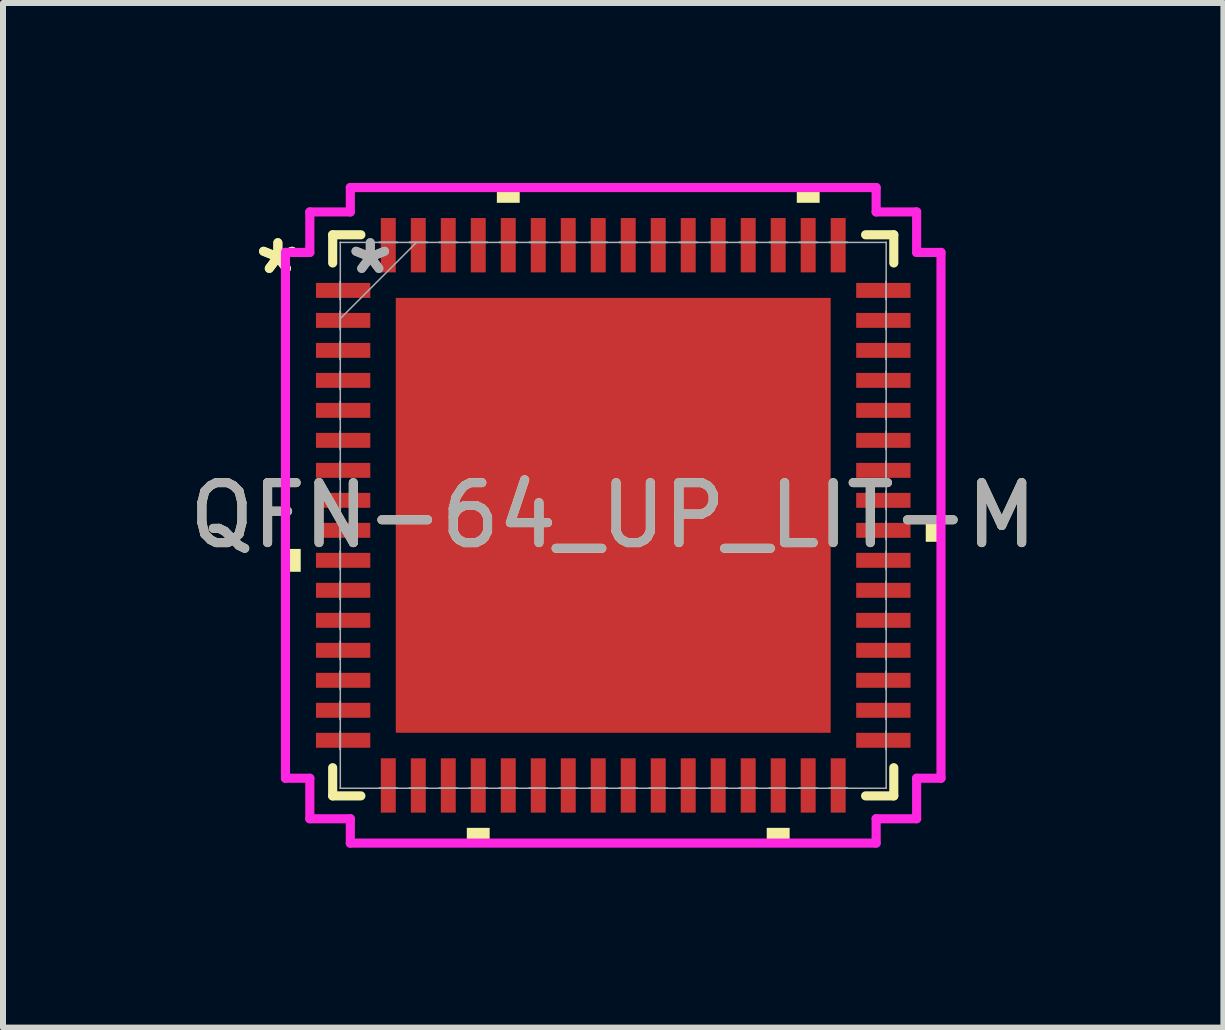
<source format=kicad_pcb>
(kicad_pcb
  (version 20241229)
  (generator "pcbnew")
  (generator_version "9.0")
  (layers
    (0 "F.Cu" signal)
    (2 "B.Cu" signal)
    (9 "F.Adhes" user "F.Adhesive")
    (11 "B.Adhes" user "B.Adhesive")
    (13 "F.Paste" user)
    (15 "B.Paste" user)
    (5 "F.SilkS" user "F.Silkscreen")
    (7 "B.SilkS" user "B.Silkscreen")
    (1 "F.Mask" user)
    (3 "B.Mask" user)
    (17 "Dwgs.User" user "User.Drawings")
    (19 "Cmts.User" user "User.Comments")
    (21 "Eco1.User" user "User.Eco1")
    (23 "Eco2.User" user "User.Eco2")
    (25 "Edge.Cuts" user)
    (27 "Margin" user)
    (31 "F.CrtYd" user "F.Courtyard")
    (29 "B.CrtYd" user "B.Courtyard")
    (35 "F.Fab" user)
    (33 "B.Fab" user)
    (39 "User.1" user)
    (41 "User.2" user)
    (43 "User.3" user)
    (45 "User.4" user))
  (footprint "QFN-64_UP_LIT-M"
    (layer "F.Cu")
    (at 7.173 5.541)
    (property "Reference" "QFN-64_UP_LIT-M" (at 0 0 0) (unlocked yes) (layer "F.SilkS") (effects (font (size 1 1) (thickness 0.15))))
    (attr smd)
    (fp_line (start -4.677 -4.677) (end -4.677 -4.207) (stroke (width 0.152) (type solid)) (layer "F.SilkS"))
    (fp_line (start -4.677 4.207) (end -4.677 4.677) (stroke (width 0.152) (type solid)) (layer "F.SilkS"))
    (fp_line (start -4.677 4.677) (end -4.207 4.677) (stroke (width 0.152) (type solid)) (layer "F.SilkS"))
    (fp_line (start -4.207 -4.677) (end -4.677 -4.677) (stroke (width 0.152) (type solid)) (layer "F.SilkS"))
    (fp_line (start 4.207 4.677) (end 4.677 4.677) (stroke (width 0.152) (type solid)) (layer "F.SilkS"))
    (fp_line (start 4.677 -4.677) (end 4.207 -4.677) (stroke (width 0.152) (type solid)) (layer "F.SilkS"))
    (fp_line (start 4.677 -4.207) (end 4.677 -4.677) (stroke (width 0.152) (type solid)) (layer "F.SilkS"))
    (fp_line (start 4.677 4.677) (end 4.677 4.207) (stroke (width 0.152) (type solid)) (layer "F.SilkS"))
    (fp_poly (pts (xy -5.464 0.56) (xy -5.464 0.941) (xy -5.21 0.941) (xy -5.21 0.56)) (stroke (width 0) (type solid)) (fill yes) (layer "F.SilkS"))
    (fp_poly (pts (xy -2.441 5.21) (xy -2.441 5.464) (xy -2.06 5.464) (xy -2.06 5.21)) (stroke (width 0) (type solid)) (fill yes) (layer "F.SilkS"))
    (fp_poly (pts (xy -1.94 -5.21) (xy -1.94 -5.464) (xy -1.559 -5.464) (xy -1.559 -5.21)) (stroke (width 0) (type solid)) (fill yes) (layer "F.SilkS"))
    (fp_poly (pts (xy 2.559 5.21) (xy 2.559 5.464) (xy 2.941 5.464) (xy 2.941 5.21)) (stroke (width 0) (type solid)) (fill yes) (layer "F.SilkS"))
    (fp_poly (pts (xy 3.06 -5.21) (xy 3.06 -5.464) (xy 3.441 -5.464) (xy 3.441 -5.21)) (stroke (width 0) (type solid)) (fill yes) (layer "F.SilkS"))
    (fp_poly (pts (xy 5.464 0.059) (xy 5.464 0.441) (xy 5.21 0.441) (xy 5.21 0.059)) (stroke (width 0) (type solid)) (fill yes) (layer "F.SilkS"))
    (fp_poly (pts (xy -3.525 -3.525) (xy -3.525 -2.275) (xy -2.275 -2.275) (xy -2.275 -3.525)) (stroke (width 0) (type solid)) (fill yes) (layer "F.Paste"))
    (fp_poly (pts (xy -3.525 -2.075) (xy -3.525 -0.825) (xy -2.275 -0.825) (xy -2.275 -2.075)) (stroke (width 0) (type solid)) (fill yes) (layer "F.Paste"))
    (fp_poly (pts (xy -3.525 -0.625) (xy -3.525 0.625) (xy -2.275 0.625) (xy -2.275 -0.625)) (stroke (width 0) (type solid)) (fill yes) (layer "F.Paste"))
    (fp_poly (pts (xy -3.525 0.825) (xy -3.525 2.075) (xy -2.275 2.075) (xy -2.275 0.825)) (stroke (width 0) (type solid)) (fill yes) (layer "F.Paste"))
    (fp_poly (pts (xy -3.525 2.275) (xy -3.525 3.525) (xy -2.275 3.525) (xy -2.275 2.275)) (stroke (width 0) (type solid)) (fill yes) (layer "F.Paste"))
    (fp_poly (pts (xy -2.075 -3.525) (xy -2.075 -2.275) (xy -0.825 -2.275) (xy -0.825 -3.525)) (stroke (width 0) (type solid)) (fill yes) (layer "F.Paste"))
    (fp_poly (pts (xy -2.075 -2.075) (xy -2.075 -0.825) (xy -0.825 -0.825) (xy -0.825 -2.075)) (stroke (width 0) (type solid)) (fill yes) (layer "F.Paste"))
    (fp_poly (pts (xy -2.075 -0.625) (xy -2.075 0.625) (xy -0.825 0.625) (xy -0.825 -0.625)) (stroke (width 0) (type solid)) (fill yes) (layer "F.Paste"))
    (fp_poly (pts (xy -2.075 0.825) (xy -2.075 2.075) (xy -0.825 2.075) (xy -0.825 0.825)) (stroke (width 0) (type solid)) (fill yes) (layer "F.Paste"))
    (fp_poly (pts (xy -2.075 2.275) (xy -2.075 3.525) (xy -0.825 3.525) (xy -0.825 2.275)) (stroke (width 0) (type solid)) (fill yes) (layer "F.Paste"))
    (fp_poly (pts (xy -0.625 -3.525) (xy -0.625 -2.275) (xy 0.625 -2.275) (xy 0.625 -3.525)) (stroke (width 0) (type solid)) (fill yes) (layer "F.Paste"))
    (fp_poly (pts (xy -0.625 -2.075) (xy -0.625 -0.825) (xy 0.625 -0.825) (xy 0.625 -2.075)) (stroke (width 0) (type solid)) (fill yes) (layer "F.Paste"))
    (fp_poly (pts (xy -0.625 -0.625) (xy -0.625 0.625) (xy 0.625 0.625) (xy 0.625 -0.625)) (stroke (width 0) (type solid)) (fill yes) (layer "F.Paste"))
    (fp_poly (pts (xy -0.625 0.825) (xy -0.625 2.075) (xy 0.625 2.075) (xy 0.625 0.825)) (stroke (width 0) (type solid)) (fill yes) (layer "F.Paste"))
    (fp_poly (pts (xy -0.625 2.275) (xy -0.625 3.525) (xy 0.625 3.525) (xy 0.625 2.275)) (stroke (width 0) (type solid)) (fill yes) (layer "F.Paste"))
    (fp_poly (pts (xy 0.825 -3.525) (xy 0.825 -2.275) (xy 2.075 -2.275) (xy 2.075 -3.525)) (stroke (width 0) (type solid)) (fill yes) (layer "F.Paste"))
    (fp_poly (pts (xy 0.825 -2.075) (xy 0.825 -0.825) (xy 2.075 -0.825) (xy 2.075 -2.075)) (stroke (width 0) (type solid)) (fill yes) (layer "F.Paste"))
    (fp_poly (pts (xy 0.825 -0.625) (xy 0.825 0.625) (xy 2.075 0.625) (xy 2.075 -0.625)) (stroke (width 0) (type solid)) (fill yes) (layer "F.Paste"))
    (fp_poly (pts (xy 0.825 0.825) (xy 0.825 2.075) (xy 2.075 2.075) (xy 2.075 0.825)) (stroke (width 0) (type solid)) (fill yes) (layer "F.Paste"))
    (fp_poly (pts (xy 0.825 2.275) (xy 0.825 3.525) (xy 2.075 3.525) (xy 2.075 2.275)) (stroke (width 0) (type solid)) (fill yes) (layer "F.Paste"))
    (fp_poly (pts (xy 2.275 -3.525) (xy 2.275 -2.275) (xy 3.525 -2.275) (xy 3.525 -3.525)) (stroke (width 0) (type solid)) (fill yes) (layer "F.Paste"))
    (fp_poly (pts (xy 2.275 -2.075) (xy 2.275 -0.825) (xy 3.525 -0.825) (xy 3.525 -2.075)) (stroke (width 0) (type solid)) (fill yes) (layer "F.Paste"))
    (fp_poly (pts (xy 2.275 -0.625) (xy 2.275 0.625) (xy 3.525 0.625) (xy 3.525 -0.625)) (stroke (width 0) (type solid)) (fill yes) (layer "F.Paste"))
    (fp_poly (pts (xy 2.275 0.825) (xy 2.275 2.075) (xy 3.525 2.075) (xy 3.525 0.825)) (stroke (width 0) (type solid)) (fill yes) (layer "F.Paste"))
    (fp_poly (pts (xy 2.275 2.275) (xy 2.275 3.525) (xy 3.525 3.525) (xy 3.525 2.275)) (stroke (width 0) (type solid)) (fill yes) (layer "F.Paste"))
    (fp_line (start -5.464 -4.383) (end -5.058 -4.383) (stroke (width 0.152) (type solid)) (layer "F.CrtYd"))
    (fp_line (start -5.464 4.383) (end -5.464 -4.383) (stroke (width 0.152) (type solid)) (layer "F.CrtYd"))
    (fp_line (start -5.058 -5.058) (end -4.383 -5.058) (stroke (width 0.152) (type solid)) (layer "F.CrtYd"))
    (fp_line (start -5.058 -4.383) (end -5.058 -5.058) (stroke (width 0.152) (type solid)) (layer "F.CrtYd"))
    (fp_line (start -5.058 4.383) (end -5.464 4.383) (stroke (width 0.152) (type solid)) (layer "F.CrtYd"))
    (fp_line (start -5.058 5.058) (end -5.058 4.383) (stroke (width 0.152) (type solid)) (layer "F.CrtYd"))
    (fp_line (start -4.383 -5.464) (end 4.383 -5.464) (stroke (width 0.152) (type solid)) (layer "F.CrtYd"))
    (fp_line (start -4.383 -5.058) (end -4.383 -5.464) (stroke (width 0.152) (type solid)) (layer "F.CrtYd"))
    (fp_line (start -4.383 5.058) (end -5.058 5.058) (stroke (width 0.152) (type solid)) (layer "F.CrtYd"))
    (fp_line (start -4.383 5.464) (end -4.383 5.058) (stroke (width 0.152) (type solid)) (layer "F.CrtYd"))
    (fp_line (start 4.383 -5.464) (end 4.383 -5.058) (stroke (width 0.152) (type solid)) (layer "F.CrtYd"))
    (fp_line (start 4.383 -5.058) (end 5.058 -5.058) (stroke (width 0.152) (type solid)) (layer "F.CrtYd"))
    (fp_line (start 4.383 5.058) (end 4.383 5.464) (stroke (width 0.152) (type solid)) (layer "F.CrtYd"))
    (fp_line (start 4.383 5.464) (end -4.383 5.464) (stroke (width 0.152) (type solid)) (layer "F.CrtYd"))
    (fp_line (start 5.058 -5.058) (end 5.058 -4.383) (stroke (width 0.152) (type solid)) (layer "F.CrtYd"))
    (fp_line (start 5.058 -4.383) (end 5.464 -4.383) (stroke (width 0.152) (type solid)) (layer "F.CrtYd"))
    (fp_line (start 5.058 4.383) (end 5.058 5.058) (stroke (width 0.152) (type solid)) (layer "F.CrtYd"))
    (fp_line (start 5.058 5.058) (end 4.383 5.058) (stroke (width 0.152) (type solid)) (layer "F.CrtYd"))
    (fp_line (start 5.464 -4.383) (end 5.464 4.383) (stroke (width 0.152) (type solid)) (layer "F.CrtYd"))
    (fp_line (start 5.464 4.383) (end 5.058 4.383) (stroke (width 0.152) (type solid)) (layer "F.CrtYd"))
    (fp_line (start -4.55 -4.55) (end -4.55 -4.55) (stroke (width 0.025) (type solid)) (layer "F.Fab"))
    (fp_line (start -4.55 -4.55) (end -4.55 4.55) (stroke (width 0.025) (type solid)) (layer "F.Fab"))
    (fp_line (start -4.55 -3.9) (end -4.55 -3.9) (stroke (width 0.025) (type solid)) (layer "F.Fab"))
    (fp_line (start -4.55 -3.9) (end -4.55 -3.6) (stroke (width 0.025) (type solid)) (layer "F.Fab"))
    (fp_line (start -4.55 -3.6) (end -4.55 -3.9) (stroke (width 0.025) (type solid)) (layer "F.Fab"))
    (fp_line (start -4.55 -3.6) (end -4.55 -3.6) (stroke (width 0.025) (type solid)) (layer "F.Fab"))
    (fp_line (start -4.55 -3.4) (end -4.55 -3.4) (stroke (width 0.025) (type solid)) (layer "F.Fab"))
    (fp_line (start -4.55 -3.4) (end -4.55 -3.1) (stroke (width 0.025) (type solid)) (layer "F.Fab"))
    (fp_line (start -4.55 -3.28) (end -3.28 -4.55) (stroke (width 0.025) (type solid)) (layer "F.Fab"))
    (fp_line (start -4.55 -3.1) (end -4.55 -3.4) (stroke (width 0.025) (type solid)) (layer "F.Fab"))
    (fp_line (start -4.55 -3.1) (end -4.55 -3.1) (stroke (width 0.025) (type solid)) (layer "F.Fab"))
    (fp_line (start -4.55 -2.9) (end -4.55 -2.9) (stroke (width 0.025) (type solid)) (layer "F.Fab"))
    (fp_line (start -4.55 -2.9) (end -4.55 -2.6) (stroke (width 0.025) (type solid)) (layer "F.Fab"))
    (fp_line (start -4.55 -2.6) (end -4.55 -2.9) (stroke (width 0.025) (type solid)) (layer "F.Fab"))
    (fp_line (start -4.55 -2.6) (end -4.55 -2.6) (stroke (width 0.025) (type solid)) (layer "F.Fab"))
    (fp_line (start -4.55 -2.4) (end -4.55 -2.4) (stroke (width 0.025) (type solid)) (layer "F.Fab"))
    (fp_line (start -4.55 -2.4) (end -4.55 -2.1) (stroke (width 0.025) (type solid)) (layer "F.Fab"))
    (fp_line (start -4.55 -2.1) (end -4.55 -2.4) (stroke (width 0.025) (type solid)) (layer "F.Fab"))
    (fp_line (start -4.55 -2.1) (end -4.55 -2.1) (stroke (width 0.025) (type solid)) (layer "F.Fab"))
    (fp_line (start -4.55 -1.9) (end -4.55 -1.9) (stroke (width 0.025) (type solid)) (layer "F.Fab"))
    (fp_line (start -4.55 -1.9) (end -4.55 -1.6) (stroke (width 0.025) (type solid)) (layer "F.Fab"))
    (fp_line (start -4.55 -1.6) (end -4.55 -1.9) (stroke (width 0.025) (type solid)) (layer "F.Fab"))
    (fp_line (start -4.55 -1.6) (end -4.55 -1.6) (stroke (width 0.025) (type solid)) (layer "F.Fab"))
    (fp_line (start -4.55 -1.4) (end -4.55 -1.4) (stroke (width 0.025) (type solid)) (layer "F.Fab"))
    (fp_line (start -4.55 -1.4) (end -4.55 -1.1) (stroke (width 0.025) (type solid)) (layer "F.Fab"))
    (fp_line (start -4.55 -1.1) (end -4.55 -1.4) (stroke (width 0.025) (type solid)) (layer "F.Fab"))
    (fp_line (start -4.55 -1.1) (end -4.55 -1.1) (stroke (width 0.025) (type solid)) (layer "F.Fab"))
    (fp_line (start -4.55 -0.9) (end -4.55 -0.9) (stroke (width 0.025) (type solid)) (layer "F.Fab"))
    (fp_line (start -4.55 -0.9) (end -4.55 -0.6) (stroke (width 0.025) (type solid)) (layer "F.Fab"))
    (fp_line (start -4.55 -0.6) (end -4.55 -0.9) (stroke (width 0.025) (type solid)) (layer "F.Fab"))
    (fp_line (start -4.55 -0.6) (end -4.55 -0.6) (stroke (width 0.025) (type solid)) (layer "F.Fab"))
    (fp_line (start -4.55 -0.4) (end -4.55 -0.4) (stroke (width 0.025) (type solid)) (layer "F.Fab"))
    (fp_line (start -4.55 -0.4) (end -4.55 -0.1) (stroke (width 0.025) (type solid)) (layer "F.Fab"))
    (fp_line (start -4.55 -0.1) (end -4.55 -0.4) (stroke (width 0.025) (type solid)) (layer "F.Fab"))
    (fp_line (start -4.55 -0.1) (end -4.55 -0.1) (stroke (width 0.025) (type solid)) (layer "F.Fab"))
    (fp_line (start -4.55 0.1) (end -4.55 0.1) (stroke (width 0.025) (type solid)) (layer "F.Fab"))
    (fp_line (start -4.55 0.1) (end -4.55 0.4) (stroke (width 0.025) (type solid)) (layer "F.Fab"))
    (fp_line (start -4.55 0.4) (end -4.55 0.1) (stroke (width 0.025) (type solid)) (layer "F.Fab"))
    (fp_line (start -4.55 0.4) (end -4.55 0.4) (stroke (width 0.025) (type solid)) (layer "F.Fab"))
    (fp_line (start -4.55 0.6) (end -4.55 0.6) (stroke (width 0.025) (type solid)) (layer "F.Fab"))
    (fp_line (start -4.55 0.6) (end -4.55 0.9) (stroke (width 0.025) (type solid)) (layer "F.Fab"))
    (fp_line (start -4.55 0.9) (end -4.55 0.6) (stroke (width 0.025) (type solid)) (layer "F.Fab"))
    (fp_line (start -4.55 0.9) (end -4.55 0.9) (stroke (width 0.025) (type solid)) (layer "F.Fab"))
    (fp_line (start -4.55 1.1) (end -4.55 1.1) (stroke (width 0.025) (type solid)) (layer "F.Fab"))
    (fp_line (start -4.55 1.1) (end -4.55 1.4) (stroke (width 0.025) (type solid)) (layer "F.Fab"))
    (fp_line (start -4.55 1.4) (end -4.55 1.1) (stroke (width 0.025) (type solid)) (layer "F.Fab"))
    (fp_line (start -4.55 1.4) (end -4.55 1.4) (stroke (width 0.025) (type solid)) (layer "F.Fab"))
    (fp_line (start -4.55 1.6) (end -4.55 1.6) (stroke (width 0.025) (type solid)) (layer "F.Fab"))
    (fp_line (start -4.55 1.6) (end -4.55 1.9) (stroke (width 0.025) (type solid)) (layer "F.Fab"))
    (fp_line (start -4.55 1.9) (end -4.55 1.6) (stroke (width 0.025) (type solid)) (layer "F.Fab"))
    (fp_line (start -4.55 1.9) (end -4.55 1.9) (stroke (width 0.025) (type solid)) (layer "F.Fab"))
    (fp_line (start -4.55 2.1) (end -4.55 2.1) (stroke (width 0.025) (type solid)) (layer "F.Fab"))
    (fp_line (start -4.55 2.1) (end -4.55 2.4) (stroke (width 0.025) (type solid)) (layer "F.Fab"))
    (fp_line (start -4.55 2.4) (end -4.55 2.1) (stroke (width 0.025) (type solid)) (layer "F.Fab"))
    (fp_line (start -4.55 2.4) (end -4.55 2.4) (stroke (width 0.025) (type solid)) (layer "F.Fab"))
    (fp_line (start -4.55 2.6) (end -4.55 2.6) (stroke (width 0.025) (type solid)) (layer "F.Fab"))
    (fp_line (start -4.55 2.6) (end -4.55 2.9) (stroke (width 0.025) (type solid)) (layer "F.Fab"))
    (fp_line (start -4.55 2.9) (end -4.55 2.6) (stroke (width 0.025) (type solid)) (layer "F.Fab"))
    (fp_line (start -4.55 2.9) (end -4.55 2.9) (stroke (width 0.025) (type solid)) (layer "F.Fab"))
    (fp_line (start -4.55 3.1) (end -4.55 3.1) (stroke (width 0.025) (type solid)) (layer "F.Fab"))
    (fp_line (start -4.55 3.1) (end -4.55 3.4) (stroke (width 0.025) (type solid)) (layer "F.Fab"))
    (fp_line (start -4.55 3.4) (end -4.55 3.1) (stroke (width 0.025) (type solid)) (layer "F.Fab"))
    (fp_line (start -4.55 3.4) (end -4.55 3.4) (stroke (width 0.025) (type solid)) (layer "F.Fab"))
    (fp_line (start -4.55 3.6) (end -4.55 3.6) (stroke (width 0.025) (type solid)) (layer "F.Fab"))
    (fp_line (start -4.55 3.6) (end -4.55 3.9) (stroke (width 0.025) (type solid)) (layer "F.Fab"))
    (fp_line (start -4.55 3.9) (end -4.55 3.6) (stroke (width 0.025) (type solid)) (layer "F.Fab"))
    (fp_line (start -4.55 3.9) (end -4.55 3.9) (stroke (width 0.025) (type solid)) (layer "F.Fab"))
    (fp_line (start -4.55 4.55) (end -4.55 4.55) (stroke (width 0.025) (type solid)) (layer "F.Fab"))
    (fp_line (start -4.55 4.55) (end 4.55 4.55) (stroke (width 0.025) (type solid)) (layer "F.Fab"))
    (fp_line (start -3.9 -4.55) (end -3.9 -4.55) (stroke (width 0.025) (type solid)) (layer "F.Fab"))
    (fp_line (start -3.9 -4.55) (end -3.6 -4.55) (stroke (width 0.025) (type solid)) (layer "F.Fab"))
    (fp_line (start -3.9 4.55) (end -3.9 4.55) (stroke (width 0.025) (type solid)) (layer "F.Fab"))
    (fp_line (start -3.9 4.55) (end -3.6 4.55) (stroke (width 0.025) (type solid)) (layer "F.Fab"))
    (fp_line (start -3.6 -4.55) (end -3.9 -4.55) (stroke (width 0.025) (type solid)) (layer "F.Fab"))
    (fp_line (start -3.6 -4.55) (end -3.6 -4.55) (stroke (width 0.025) (type solid)) (layer "F.Fab"))
    (fp_line (start -3.6 4.55) (end -3.9 4.55) (stroke (width 0.025) (type solid)) (layer "F.Fab"))
    (fp_line (start -3.6 4.55) (end -3.6 4.55) (stroke (width 0.025) (type solid)) (layer "F.Fab"))
    (fp_line (start -3.4 -4.55) (end -3.4 -4.55) (stroke (width 0.025) (type solid)) (layer "F.Fab"))
    (fp_line (start -3.4 -4.55) (end -3.1 -4.55) (stroke (width 0.025) (type solid)) (layer "F.Fab"))
    (fp_line (start -3.4 4.55) (end -3.4 4.55) (stroke (width 0.025) (type solid)) (layer "F.Fab"))
    (fp_line (start -3.4 4.55) (end -3.1 4.55) (stroke (width 0.025) (type solid)) (layer "F.Fab"))
    (fp_line (start -3.1 -4.55) (end -3.4 -4.55) (stroke (width 0.025) (type solid)) (layer "F.Fab"))
    (fp_line (start -3.1 -4.55) (end -3.1 -4.55) (stroke (width 0.025) (type solid)) (layer "F.Fab"))
    (fp_line (start -3.1 4.55) (end -3.4 4.55) (stroke (width 0.025) (type solid)) (layer "F.Fab"))
    (fp_line (start -3.1 4.55) (end -3.1 4.55) (stroke (width 0.025) (type solid)) (layer "F.Fab"))
    (fp_line (start -2.9 -4.55) (end -2.9 -4.55) (stroke (width 0.025) (type solid)) (layer "F.Fab"))
    (fp_line (start -2.9 -4.55) (end -2.6 -4.55) (stroke (width 0.025) (type solid)) (layer "F.Fab"))
    (fp_line (start -2.9 4.55) (end -2.9 4.55) (stroke (width 0.025) (type solid)) (layer "F.Fab"))
    (fp_line (start -2.9 4.55) (end -2.6 4.55) (stroke (width 0.025) (type solid)) (layer "F.Fab"))
    (fp_line (start -2.6 -4.55) (end -2.9 -4.55) (stroke (width 0.025) (type solid)) (layer "F.Fab"))
    (fp_line (start -2.6 -4.55) (end -2.6 -4.55) (stroke (width 0.025) (type solid)) (layer "F.Fab"))
    (fp_line (start -2.6 4.55) (end -2.9 4.55) (stroke (width 0.025) (type solid)) (layer "F.Fab"))
    (fp_line (start -2.6 4.55) (end -2.6 4.55) (stroke (width 0.025) (type solid)) (layer "F.Fab"))
    (fp_line (start -2.4 -4.55) (end -2.4 -4.55) (stroke (width 0.025) (type solid)) (layer "F.Fab"))
    (fp_line (start -2.4 -4.55) (end -2.1 -4.55) (stroke (width 0.025) (type solid)) (layer "F.Fab"))
    (fp_line (start -2.4 4.55) (end -2.4 4.55) (stroke (width 0.025) (type solid)) (layer "F.Fab"))
    (fp_line (start -2.4 4.55) (end -2.1 4.55) (stroke (width 0.025) (type solid)) (layer "F.Fab"))
    (fp_line (start -2.1 -4.55) (end -2.4 -4.55) (stroke (width 0.025) (type solid)) (layer "F.Fab"))
    (fp_line (start -2.1 -4.55) (end -2.1 -4.55) (stroke (width 0.025) (type solid)) (layer "F.Fab"))
    (fp_line (start -2.1 4.55) (end -2.4 4.55) (stroke (width 0.025) (type solid)) (layer "F.Fab"))
    (fp_line (start -2.1 4.55) (end -2.1 4.55) (stroke (width 0.025) (type solid)) (layer "F.Fab"))
    (fp_line (start -1.9 -4.55) (end -1.9 -4.55) (stroke (width 0.025) (type solid)) (layer "F.Fab"))
    (fp_line (start -1.9 -4.55) (end -1.6 -4.55) (stroke (width 0.025) (type solid)) (layer "F.Fab"))
    (fp_line (start -1.9 4.55) (end -1.9 4.55) (stroke (width 0.025) (type solid)) (layer "F.Fab"))
    (fp_line (start -1.9 4.55) (end -1.6 4.55) (stroke (width 0.025) (type solid)) (layer "F.Fab"))
    (fp_line (start -1.6 -4.55) (end -1.9 -4.55) (stroke (width 0.025) (type solid)) (layer "F.Fab"))
    (fp_line (start -1.6 -4.55) (end -1.6 -4.55) (stroke (width 0.025) (type solid)) (layer "F.Fab"))
    (fp_line (start -1.6 4.55) (end -1.9 4.55) (stroke (width 0.025) (type solid)) (layer "F.Fab"))
    (fp_line (start -1.6 4.55) (end -1.6 4.55) (stroke (width 0.025) (type solid)) (layer "F.Fab"))
    (fp_line (start -1.4 -4.55) (end -1.4 -4.55) (stroke (width 0.025) (type solid)) (layer "F.Fab"))
    (fp_line (start -1.4 -4.55) (end -1.1 -4.55) (stroke (width 0.025) (type solid)) (layer "F.Fab"))
    (fp_line (start -1.4 4.55) (end -1.4 4.55) (stroke (width 0.025) (type solid)) (layer "F.Fab"))
    (fp_line (start -1.4 4.55) (end -1.1 4.55) (stroke (width 0.025) (type solid)) (layer "F.Fab"))
    (fp_line (start -1.1 -4.55) (end -1.4 -4.55) (stroke (width 0.025) (type solid)) (layer "F.Fab"))
    (fp_line (start -1.1 -4.55) (end -1.1 -4.55) (stroke (width 0.025) (type solid)) (layer "F.Fab"))
    (fp_line (start -1.1 4.55) (end -1.4 4.55) (stroke (width 0.025) (type solid)) (layer "F.Fab"))
    (fp_line (start -1.1 4.55) (end -1.1 4.55) (stroke (width 0.025) (type solid)) (layer "F.Fab"))
    (fp_line (start -0.9 -4.55) (end -0.9 -4.55) (stroke (width 0.025) (type solid)) (layer "F.Fab"))
    (fp_line (start -0.9 -4.55) (end -0.6 -4.55) (stroke (width 0.025) (type solid)) (layer "F.Fab"))
    (fp_line (start -0.9 4.55) (end -0.9 4.55) (stroke (width 0.025) (type solid)) (layer "F.Fab"))
    (fp_line (start -0.9 4.55) (end -0.6 4.55) (stroke (width 0.025) (type solid)) (layer "F.Fab"))
    (fp_line (start -0.6 -4.55) (end -0.9 -4.55) (stroke (width 0.025) (type solid)) (layer "F.Fab"))
    (fp_line (start -0.6 -4.55) (end -0.6 -4.55) (stroke (width 0.025) (type solid)) (layer "F.Fab"))
    (fp_line (start -0.6 4.55) (end -0.9 4.55) (stroke (width 0.025) (type solid)) (layer "F.Fab"))
    (fp_line (start -0.6 4.55) (end -0.6 4.55) (stroke (width 0.025) (type solid)) (layer "F.Fab"))
    (fp_line (start -0.4 -4.55) (end -0.4 -4.55) (stroke (width 0.025) (type solid)) (layer "F.Fab"))
    (fp_line (start -0.4 -4.55) (end -0.1 -4.55) (stroke (width 0.025) (type solid)) (layer "F.Fab"))
    (fp_line (start -0.4 4.55) (end -0.4 4.55) (stroke (width 0.025) (type solid)) (layer "F.Fab"))
    (fp_line (start -0.4 4.55) (end -0.1 4.55) (stroke (width 0.025) (type solid)) (layer "F.Fab"))
    (fp_line (start -0.1 -4.55) (end -0.4 -4.55) (stroke (width 0.025) (type solid)) (layer "F.Fab"))
    (fp_line (start -0.1 -4.55) (end -0.1 -4.55) (stroke (width 0.025) (type solid)) (layer "F.Fab"))
    (fp_line (start -0.1 4.55) (end -0.4 4.55) (stroke (width 0.025) (type solid)) (layer "F.Fab"))
    (fp_line (start -0.1 4.55) (end -0.1 4.55) (stroke (width 0.025) (type solid)) (layer "F.Fab"))
    (fp_line (start 0.1 -4.55) (end 0.1 -4.55) (stroke (width 0.025) (type solid)) (layer "F.Fab"))
    (fp_line (start 0.1 -4.55) (end 0.4 -4.55) (stroke (width 0.025) (type solid)) (layer "F.Fab"))
    (fp_line (start 0.1 4.55) (end 0.1 4.55) (stroke (width 0.025) (type solid)) (layer "F.Fab"))
    (fp_line (start 0.1 4.55) (end 0.4 4.55) (stroke (width 0.025) (type solid)) (layer "F.Fab"))
    (fp_line (start 0.4 -4.55) (end 0.1 -4.55) (stroke (width 0.025) (type solid)) (layer "F.Fab"))
    (fp_line (start 0.4 -4.55) (end 0.4 -4.55) (stroke (width 0.025) (type solid)) (layer "F.Fab"))
    (fp_line (start 0.4 4.55) (end 0.1 4.55) (stroke (width 0.025) (type solid)) (layer "F.Fab"))
    (fp_line (start 0.4 4.55) (end 0.4 4.55) (stroke (width 0.025) (type solid)) (layer "F.Fab"))
    (fp_line (start 0.6 -4.55) (end 0.6 -4.55) (stroke (width 0.025) (type solid)) (layer "F.Fab"))
    (fp_line (start 0.6 -4.55) (end 0.9 -4.55) (stroke (width 0.025) (type solid)) (layer "F.Fab"))
    (fp_line (start 0.6 4.55) (end 0.6 4.55) (stroke (width 0.025) (type solid)) (layer "F.Fab"))
    (fp_line (start 0.6 4.55) (end 0.9 4.55) (stroke (width 0.025) (type solid)) (layer "F.Fab"))
    (fp_line (start 0.9 -4.55) (end 0.6 -4.55) (stroke (width 0.025) (type solid)) (layer "F.Fab"))
    (fp_line (start 0.9 -4.55) (end 0.9 -4.55) (stroke (width 0.025) (type solid)) (layer "F.Fab"))
    (fp_line (start 0.9 4.55) (end 0.6 4.55) (stroke (width 0.025) (type solid)) (layer "F.Fab"))
    (fp_line (start 0.9 4.55) (end 0.9 4.55) (stroke (width 0.025) (type solid)) (layer "F.Fab"))
    (fp_line (start 1.1 -4.55) (end 1.1 -4.55) (stroke (width 0.025) (type solid)) (layer "F.Fab"))
    (fp_line (start 1.1 -4.55) (end 1.4 -4.55) (stroke (width 0.025) (type solid)) (layer "F.Fab"))
    (fp_line (start 1.1 4.55) (end 1.1 4.55) (stroke (width 0.025) (type solid)) (layer "F.Fab"))
    (fp_line (start 1.1 4.55) (end 1.4 4.55) (stroke (width 0.025) (type solid)) (layer "F.Fab"))
    (fp_line (start 1.4 -4.55) (end 1.1 -4.55) (stroke (width 0.025) (type solid)) (layer "F.Fab"))
    (fp_line (start 1.4 -4.55) (end 1.4 -4.55) (stroke (width 0.025) (type solid)) (layer "F.Fab"))
    (fp_line (start 1.4 4.55) (end 1.1 4.55) (stroke (width 0.025) (type solid)) (layer "F.Fab"))
    (fp_line (start 1.4 4.55) (end 1.4 4.55) (stroke (width 0.025) (type solid)) (layer "F.Fab"))
    (fp_line (start 1.6 -4.55) (end 1.6 -4.55) (stroke (width 0.025) (type solid)) (layer "F.Fab"))
    (fp_line (start 1.6 -4.55) (end 1.9 -4.55) (stroke (width 0.025) (type solid)) (layer "F.Fab"))
    (fp_line (start 1.6 4.55) (end 1.6 4.55) (stroke (width 0.025) (type solid)) (layer "F.Fab"))
    (fp_line (start 1.6 4.55) (end 1.9 4.55) (stroke (width 0.025) (type solid)) (layer "F.Fab"))
    (fp_line (start 1.9 -4.55) (end 1.6 -4.55) (stroke (width 0.025) (type solid)) (layer "F.Fab"))
    (fp_line (start 1.9 -4.55) (end 1.9 -4.55) (stroke (width 0.025) (type solid)) (layer "F.Fab"))
    (fp_line (start 1.9 4.55) (end 1.6 4.55) (stroke (width 0.025) (type solid)) (layer "F.Fab"))
    (fp_line (start 1.9 4.55) (end 1.9 4.55) (stroke (width 0.025) (type solid)) (layer "F.Fab"))
    (fp_line (start 2.1 -4.55) (end 2.1 -4.55) (stroke (width 0.025) (type solid)) (layer "F.Fab"))
    (fp_line (start 2.1 -4.55) (end 2.4 -4.55) (stroke (width 0.025) (type solid)) (layer "F.Fab"))
    (fp_line (start 2.1 4.55) (end 2.1 4.55) (stroke (width 0.025) (type solid)) (layer "F.Fab"))
    (fp_line (start 2.1 4.55) (end 2.4 4.55) (stroke (width 0.025) (type solid)) (layer "F.Fab"))
    (fp_line (start 2.4 -4.55) (end 2.1 -4.55) (stroke (width 0.025) (type solid)) (layer "F.Fab"))
    (fp_line (start 2.4 -4.55) (end 2.4 -4.55) (stroke (width 0.025) (type solid)) (layer "F.Fab"))
    (fp_line (start 2.4 4.55) (end 2.1 4.55) (stroke (width 0.025) (type solid)) (layer "F.Fab"))
    (fp_line (start 2.4 4.55) (end 2.4 4.55) (stroke (width 0.025) (type solid)) (layer "F.Fab"))
    (fp_line (start 2.6 -4.55) (end 2.6 -4.55) (stroke (width 0.025) (type solid)) (layer "F.Fab"))
    (fp_line (start 2.6 -4.55) (end 2.9 -4.55) (stroke (width 0.025) (type solid)) (layer "F.Fab"))
    (fp_line (start 2.6 4.55) (end 2.6 4.55) (stroke (width 0.025) (type solid)) (layer "F.Fab"))
    (fp_line (start 2.6 4.55) (end 2.9 4.55) (stroke (width 0.025) (type solid)) (layer "F.Fab"))
    (fp_line (start 2.9 -4.55) (end 2.6 -4.55) (stroke (width 0.025) (type solid)) (layer "F.Fab"))
    (fp_line (start 2.9 -4.55) (end 2.9 -4.55) (stroke (width 0.025) (type solid)) (layer "F.Fab"))
    (fp_line (start 2.9 4.55) (end 2.6 4.55) (stroke (width 0.025) (type solid)) (layer "F.Fab"))
    (fp_line (start 2.9 4.55) (end 2.9 4.55) (stroke (width 0.025) (type solid)) (layer "F.Fab"))
    (fp_line (start 3.1 -4.55) (end 3.1 -4.55) (stroke (width 0.025) (type solid)) (layer "F.Fab"))
    (fp_line (start 3.1 -4.55) (end 3.4 -4.55) (stroke (width 0.025) (type solid)) (layer "F.Fab"))
    (fp_line (start 3.1 4.55) (end 3.1 4.55) (stroke (width 0.025) (type solid)) (layer "F.Fab"))
    (fp_line (start 3.1 4.55) (end 3.4 4.55) (stroke (width 0.025) (type solid)) (layer "F.Fab"))
    (fp_line (start 3.4 -4.55) (end 3.1 -4.55) (stroke (width 0.025) (type solid)) (layer "F.Fab"))
    (fp_line (start 3.4 -4.55) (end 3.4 -4.55) (stroke (width 0.025) (type solid)) (layer "F.Fab"))
    (fp_line (start 3.4 4.55) (end 3.1 4.55) (stroke (width 0.025) (type solid)) (layer "F.Fab"))
    (fp_line (start 3.4 4.55) (end 3.4 4.55) (stroke (width 0.025) (type solid)) (layer "F.Fab"))
    (fp_line (start 3.6 -4.55) (end 3.6 -4.55) (stroke (width 0.025) (type solid)) (layer "F.Fab"))
    (fp_line (start 3.6 -4.55) (end 3.9 -4.55) (stroke (width 0.025) (type solid)) (layer "F.Fab"))
    (fp_line (start 3.6 4.55) (end 3.6 4.55) (stroke (width 0.025) (type solid)) (layer "F.Fab"))
    (fp_line (start 3.6 4.55) (end 3.9 4.55) (stroke (width 0.025) (type solid)) (layer "F.Fab"))
    (fp_line (start 3.9 -4.55) (end 3.6 -4.55) (stroke (width 0.025) (type solid)) (layer "F.Fab"))
    (fp_line (start 3.9 -4.55) (end 3.9 -4.55) (stroke (width 0.025) (type solid)) (layer "F.Fab"))
    (fp_line (start 3.9 4.55) (end 3.6 4.55) (stroke (width 0.025) (type solid)) (layer "F.Fab"))
    (fp_line (start 3.9 4.55) (end 3.9 4.55) (stroke (width 0.025) (type solid)) (layer "F.Fab"))
    (fp_line (start 4.55 -4.55) (end -4.55 -4.55) (stroke (width 0.025) (type solid)) (layer "F.Fab"))
    (fp_line (start 4.55 -4.55) (end 4.55 -4.55) (stroke (width 0.025) (type solid)) (layer "F.Fab"))
    (fp_line (start 4.55 -3.9) (end 4.55 -3.9) (stroke (width 0.025) (type solid)) (layer "F.Fab"))
    (fp_line (start 4.55 -3.9) (end 4.55 -3.6) (stroke (width 0.025) (type solid)) (layer "F.Fab"))
    (fp_line (start 4.55 -3.6) (end 4.55 -3.9) (stroke (width 0.025) (type solid)) (layer "F.Fab"))
    (fp_line (start 4.55 -3.6) (end 4.55 -3.6) (stroke (width 0.025) (type solid)) (layer "F.Fab"))
    (fp_line (start 4.55 -3.4) (end 4.55 -3.4) (stroke (width 0.025) (type solid)) (layer "F.Fab"))
    (fp_line (start 4.55 -3.4) (end 4.55 -3.1) (stroke (width 0.025) (type solid)) (layer "F.Fab"))
    (fp_line (start 4.55 -3.1) (end 4.55 -3.4) (stroke (width 0.025) (type solid)) (layer "F.Fab"))
    (fp_line (start 4.55 -3.1) (end 4.55 -3.1) (stroke (width 0.025) (type solid)) (layer "F.Fab"))
    (fp_line (start 4.55 -2.9) (end 4.55 -2.9) (stroke (width 0.025) (type solid)) (layer "F.Fab"))
    (fp_line (start 4.55 -2.9) (end 4.55 -2.6) (stroke (width 0.025) (type solid)) (layer "F.Fab"))
    (fp_line (start 4.55 -2.6) (end 4.55 -2.9) (stroke (width 0.025) (type solid)) (layer "F.Fab"))
    (fp_line (start 4.55 -2.6) (end 4.55 -2.6) (stroke (width 0.025) (type solid)) (layer "F.Fab"))
    (fp_line (start 4.55 -2.4) (end 4.55 -2.4) (stroke (width 0.025) (type solid)) (layer "F.Fab"))
    (fp_line (start 4.55 -2.4) (end 4.55 -2.1) (stroke (width 0.025) (type solid)) (layer "F.Fab"))
    (fp_line (start 4.55 -2.1) (end 4.55 -2.4) (stroke (width 0.025) (type solid)) (layer "F.Fab"))
    (fp_line (start 4.55 -2.1) (end 4.55 -2.1) (stroke (width 0.025) (type solid)) (layer "F.Fab"))
    (fp_line (start 4.55 -1.9) (end 4.55 -1.9) (stroke (width 0.025) (type solid)) (layer "F.Fab"))
    (fp_line (start 4.55 -1.9) (end 4.55 -1.6) (stroke (width 0.025) (type solid)) (layer "F.Fab"))
    (fp_line (start 4.55 -1.6) (end 4.55 -1.9) (stroke (width 0.025) (type solid)) (layer "F.Fab"))
    (fp_line (start 4.55 -1.6) (end 4.55 -1.6) (stroke (width 0.025) (type solid)) (layer "F.Fab"))
    (fp_line (start 4.55 -1.4) (end 4.55 -1.4) (stroke (width 0.025) (type solid)) (layer "F.Fab"))
    (fp_line (start 4.55 -1.4) (end 4.55 -1.1) (stroke (width 0.025) (type solid)) (layer "F.Fab"))
    (fp_line (start 4.55 -1.1) (end 4.55 -1.4) (stroke (width 0.025) (type solid)) (layer "F.Fab"))
    (fp_line (start 4.55 -1.1) (end 4.55 -1.1) (stroke (width 0.025) (type solid)) (layer "F.Fab"))
    (fp_line (start 4.55 -0.9) (end 4.55 -0.9) (stroke (width 0.025) (type solid)) (layer "F.Fab"))
    (fp_line (start 4.55 -0.9) (end 4.55 -0.6) (stroke (width 0.025) (type solid)) (layer "F.Fab"))
    (fp_line (start 4.55 -0.6) (end 4.55 -0.9) (stroke (width 0.025) (type solid)) (layer "F.Fab"))
    (fp_line (start 4.55 -0.6) (end 4.55 -0.6) (stroke (width 0.025) (type solid)) (layer "F.Fab"))
    (fp_line (start 4.55 -0.4) (end 4.55 -0.4) (stroke (width 0.025) (type solid)) (layer "F.Fab"))
    (fp_line (start 4.55 -0.4) (end 4.55 -0.1) (stroke (width 0.025) (type solid)) (layer "F.Fab"))
    (fp_line (start 4.55 -0.1) (end 4.55 -0.4) (stroke (width 0.025) (type solid)) (layer "F.Fab"))
    (fp_line (start 4.55 -0.1) (end 4.55 -0.1) (stroke (width 0.025) (type solid)) (layer "F.Fab"))
    (fp_line (start 4.55 0.1) (end 4.55 0.1) (stroke (width 0.025) (type solid)) (layer "F.Fab"))
    (fp_line (start 4.55 0.1) (end 4.55 0.4) (stroke (width 0.025) (type solid)) (layer "F.Fab"))
    (fp_line (start 4.55 0.4) (end 4.55 0.1) (stroke (width 0.025) (type solid)) (layer "F.Fab"))
    (fp_line (start 4.55 0.4) (end 4.55 0.4) (stroke (width 0.025) (type solid)) (layer "F.Fab"))
    (fp_line (start 4.55 0.6) (end 4.55 0.6) (stroke (width 0.025) (type solid)) (layer "F.Fab"))
    (fp_line (start 4.55 0.6) (end 4.55 0.9) (stroke (width 0.025) (type solid)) (layer "F.Fab"))
    (fp_line (start 4.55 0.9) (end 4.55 0.6) (stroke (width 0.025) (type solid)) (layer "F.Fab"))
    (fp_line (start 4.55 0.9) (end 4.55 0.9) (stroke (width 0.025) (type solid)) (layer "F.Fab"))
    (fp_line (start 4.55 1.1) (end 4.55 1.1) (stroke (width 0.025) (type solid)) (layer "F.Fab"))
    (fp_line (start 4.55 1.1) (end 4.55 1.4) (stroke (width 0.025) (type solid)) (layer "F.Fab"))
    (fp_line (start 4.55 1.4) (end 4.55 1.1) (stroke (width 0.025) (type solid)) (layer "F.Fab"))
    (fp_line (start 4.55 1.4) (end 4.55 1.4) (stroke (width 0.025) (type solid)) (layer "F.Fab"))
    (fp_line (start 4.55 1.6) (end 4.55 1.6) (stroke (width 0.025) (type solid)) (layer "F.Fab"))
    (fp_line (start 4.55 1.6) (end 4.55 1.9) (stroke (width 0.025) (type solid)) (layer "F.Fab"))
    (fp_line (start 4.55 1.9) (end 4.55 1.6) (stroke (width 0.025) (type solid)) (layer "F.Fab"))
    (fp_line (start 4.55 1.9) (end 4.55 1.9) (stroke (width 0.025) (type solid)) (layer "F.Fab"))
    (fp_line (start 4.55 2.1) (end 4.55 2.1) (stroke (width 0.025) (type solid)) (layer "F.Fab"))
    (fp_line (start 4.55 2.1) (end 4.55 2.4) (stroke (width 0.025) (type solid)) (layer "F.Fab"))
    (fp_line (start 4.55 2.4) (end 4.55 2.1) (stroke (width 0.025) (type solid)) (layer "F.Fab"))
    (fp_line (start 4.55 2.4) (end 4.55 2.4) (stroke (width 0.025) (type solid)) (layer "F.Fab"))
    (fp_line (start 4.55 2.6) (end 4.55 2.6) (stroke (width 0.025) (type solid)) (layer "F.Fab"))
    (fp_line (start 4.55 2.6) (end 4.55 2.9) (stroke (width 0.025) (type solid)) (layer "F.Fab"))
    (fp_line (start 4.55 2.9) (end 4.55 2.6) (stroke (width 0.025) (type solid)) (layer "F.Fab"))
    (fp_line (start 4.55 2.9) (end 4.55 2.9) (stroke (width 0.025) (type solid)) (layer "F.Fab"))
    (fp_line (start 4.55 3.1) (end 4.55 3.1) (stroke (width 0.025) (type solid)) (layer "F.Fab"))
    (fp_line (start 4.55 3.1) (end 4.55 3.4) (stroke (width 0.025) (type solid)) (layer "F.Fab"))
    (fp_line (start 4.55 3.4) (end 4.55 3.1) (stroke (width 0.025) (type solid)) (layer "F.Fab"))
    (fp_line (start 4.55 3.4) (end 4.55 3.4) (stroke (width 0.025) (type solid)) (layer "F.Fab"))
    (fp_line (start 4.55 3.6) (end 4.55 3.6) (stroke (width 0.025) (type solid)) (layer "F.Fab"))
    (fp_line (start 4.55 3.6) (end 4.55 3.9) (stroke (width 0.025) (type solid)) (layer "F.Fab"))
    (fp_line (start 4.55 3.9) (end 4.55 3.6) (stroke (width 0.025) (type solid)) (layer "F.Fab"))
    (fp_line (start 4.55 3.9) (end 4.55 3.9) (stroke (width 0.025) (type solid)) (layer "F.Fab"))
    (fp_line (start 4.55 4.55) (end 4.55 -4.55) (stroke (width 0.025) (type solid)) (layer "F.Fab"))
    (fp_line (start 4.55 4.55) (end 4.55 4.55) (stroke (width 0.025) (type solid)) (layer "F.Fab"))
    (fp_text user "*" (at -5.591 -4 0) (layer "F.SilkS") (effects (font (size 1 1) (thickness 0.15))))
    (fp_text user "*" (at -5.591 -4 0) (unlocked yes) (layer "F.SilkS") (effects (font (size 1 1) (thickness 0.15))))
    (fp_text user "*" (at -4.05 -4 0) (layer "F.Fab") (effects (font (size 1 1) (thickness 0.15))))
    (fp_text user "*" (at -4.05 -4 0) (unlocked yes) (layer "F.Fab") (effects (font (size 1 1) (thickness 0.15))))
    (fp_text user "${REFERENCE}" (at 0 0 0) (unlocked yes) (layer "F.Fab") (effects (font (size 1 1) (thickness 0.15))))
    (pad "1" smd rect (at -4.503 -3.75 90) (size 0.249 0.906) (layers "F.Cu" "F.Mask" "F.Paste"))
    (pad "2" smd rect (at -4.503 -3.25 90) (size 0.249 0.906) (layers "F.Cu" "F.Mask" "F.Paste"))
    (pad "3" smd rect (at -4.503 -2.75 90) (size 0.249 0.906) (layers "F.Cu" "F.Mask" "F.Paste"))
    (pad "4" smd rect (at -4.503 -2.25 90) (size 0.249 0.906) (layers "F.Cu" "F.Mask" "F.Paste"))
    (pad "5" smd rect (at -4.503 -1.75 90) (size 0.249 0.906) (layers "F.Cu" "F.Mask" "F.Paste"))
    (pad "6" smd rect (at -4.503 -1.25 90) (size 0.249 0.906) (layers "F.Cu" "F.Mask" "F.Paste"))
    (pad "7" smd rect (at -4.503 -0.75 90) (size 0.249 0.906) (layers "F.Cu" "F.Mask" "F.Paste"))
    (pad "8" smd rect (at -4.503 -0.25 90) (size 0.249 0.906) (layers "F.Cu" "F.Mask" "F.Paste"))
    (pad "9" smd rect (at -4.503 0.25 90) (size 0.249 0.906) (layers "F.Cu" "F.Mask" "F.Paste"))
    (pad "10" smd rect (at -4.503 0.75 90) (size 0.249 0.906) (layers "F.Cu" "F.Mask" "F.Paste"))
    (pad "11" smd rect (at -4.503 1.25 90) (size 0.249 0.906) (layers "F.Cu" "F.Mask" "F.Paste"))
    (pad "12" smd rect (at -4.503 1.75 90) (size 0.249 0.906) (layers "F.Cu" "F.Mask" "F.Paste"))
    (pad "13" smd rect (at -4.503 2.25 90) (size 0.249 0.906) (layers "F.Cu" "F.Mask" "F.Paste"))
    (pad "14" smd rect (at -4.503 2.75 90) (size 0.249 0.906) (layers "F.Cu" "F.Mask" "F.Paste"))
    (pad "15" smd rect (at -4.503 3.25 90) (size 0.249 0.906) (layers "F.Cu" "F.Mask" "F.Paste"))
    (pad "16" smd rect (at -4.503 3.75 90) (size 0.249 0.906) (layers "F.Cu" "F.Mask" "F.Paste"))
    (pad "17" smd rect (at -3.75 4.503) (size 0.249 0.906) (layers "F.Cu" "F.Mask" "F.Paste"))
    (pad "18" smd rect (at -3.25 4.503) (size 0.249 0.906) (layers "F.Cu" "F.Mask" "F.Paste"))
    (pad "19" smd rect (at -2.75 4.503) (size 0.249 0.906) (layers "F.Cu" "F.Mask" "F.Paste"))
    (pad "20" smd rect (at -2.25 4.503) (size 0.249 0.906) (layers "F.Cu" "F.Mask" "F.Paste"))
    (pad "21" smd rect (at -1.75 4.503) (size 0.249 0.906) (layers "F.Cu" "F.Mask" "F.Paste"))
    (pad "22" smd rect (at -1.25 4.503) (size 0.249 0.906) (layers "F.Cu" "F.Mask" "F.Paste"))
    (pad "23" smd rect (at -0.75 4.503) (size 0.249 0.906) (layers "F.Cu" "F.Mask" "F.Paste"))
    (pad "24" smd rect (at -0.25 4.503) (size 0.249 0.906) (layers "F.Cu" "F.Mask" "F.Paste"))
    (pad "25" smd rect (at 0.25 4.503) (size 0.249 0.906) (layers "F.Cu" "F.Mask" "F.Paste"))
    (pad "26" smd rect (at 0.75 4.503) (size 0.249 0.906) (layers "F.Cu" "F.Mask" "F.Paste"))
    (pad "27" smd rect (at 1.25 4.503) (size 0.249 0.906) (layers "F.Cu" "F.Mask" "F.Paste"))
    (pad "28" smd rect (at 1.75 4.503) (size 0.249 0.906) (layers "F.Cu" "F.Mask" "F.Paste"))
    (pad "29" smd rect (at 2.25 4.503) (size 0.249 0.906) (layers "F.Cu" "F.Mask" "F.Paste"))
    (pad "30" smd rect (at 2.75 4.503) (size 0.249 0.906) (layers "F.Cu" "F.Mask" "F.Paste"))
    (pad "31" smd rect (at 3.25 4.503) (size 0.249 0.906) (layers "F.Cu" "F.Mask" "F.Paste"))
    (pad "32" smd rect (at 3.75 4.503) (size 0.249 0.906) (layers "F.Cu" "F.Mask" "F.Paste"))
    (pad "33" smd rect (at 4.503 3.75 90) (size 0.249 0.906) (layers "F.Cu" "F.Mask" "F.Paste"))
    (pad "34" smd rect (at 4.503 3.25 90) (size 0.249 0.906) (layers "F.Cu" "F.Mask" "F.Paste"))
    (pad "35" smd rect (at 4.503 2.75 90) (size 0.249 0.906) (layers "F.Cu" "F.Mask" "F.Paste"))
    (pad "36" smd rect (at 4.503 2.25 90) (size 0.249 0.906) (layers "F.Cu" "F.Mask" "F.Paste"))
    (pad "37" smd rect (at 4.503 1.75 90) (size 0.249 0.906) (layers "F.Cu" "F.Mask" "F.Paste"))
    (pad "38" smd rect (at 4.503 1.25 90) (size 0.249 0.906) (layers "F.Cu" "F.Mask" "F.Paste"))
    (pad "39" smd rect (at 4.503 0.75 90) (size 0.249 0.906) (layers "F.Cu" "F.Mask" "F.Paste"))
    (pad "40" smd rect (at 4.503 0.25 90) (size 0.249 0.906) (layers "F.Cu" "F.Mask" "F.Paste"))
    (pad "41" smd rect (at 4.503 -0.25 90) (size 0.249 0.906) (layers "F.Cu" "F.Mask" "F.Paste"))
    (pad "42" smd rect (at 4.503 -0.75 90) (size 0.249 0.906) (layers "F.Cu" "F.Mask" "F.Paste"))
    (pad "43" smd rect (at 4.503 -1.25 90) (size 0.249 0.906) (layers "F.Cu" "F.Mask" "F.Paste"))
    (pad "44" smd rect (at 4.503 -1.75 90) (size 0.249 0.906) (layers "F.Cu" "F.Mask" "F.Paste"))
    (pad "45" smd rect (at 4.503 -2.25 90) (size 0.249 0.906) (layers "F.Cu" "F.Mask" "F.Paste"))
    (pad "46" smd rect (at 4.503 -2.75 90) (size 0.249 0.906) (layers "F.Cu" "F.Mask" "F.Paste"))
    (pad "47" smd rect (at 4.503 -3.25 90) (size 0.249 0.906) (layers "F.Cu" "F.Mask" "F.Paste"))
    (pad "48" smd rect (at 4.503 -3.75 90) (size 0.249 0.906) (layers "F.Cu" "F.Mask" "F.Paste"))
    (pad "49" smd rect (at 3.75 -4.503) (size 0.249 0.906) (layers "F.Cu" "F.Mask" "F.Paste"))
    (pad "50" smd rect (at 3.25 -4.503) (size 0.249 0.906) (layers "F.Cu" "F.Mask" "F.Paste"))
    (pad "51" smd rect (at 2.75 -4.503) (size 0.249 0.906) (layers "F.Cu" "F.Mask" "F.Paste"))
    (pad "52" smd rect (at 2.25 -4.503) (size 0.249 0.906) (layers "F.Cu" "F.Mask" "F.Paste"))
    (pad "53" smd rect (at 1.75 -4.503) (size 0.249 0.906) (layers "F.Cu" "F.Mask" "F.Paste"))
    (pad "54" smd rect (at 1.25 -4.503) (size 0.249 0.906) (layers "F.Cu" "F.Mask" "F.Paste"))
    (pad "55" smd rect (at 0.75 -4.503) (size 0.249 0.906) (layers "F.Cu" "F.Mask" "F.Paste"))
    (pad "56" smd rect (at 0.25 -4.503) (size 0.249 0.906) (layers "F.Cu" "F.Mask" "F.Paste"))
    (pad "57" smd rect (at -0.25 -4.503) (size 0.249 0.906) (layers "F.Cu" "F.Mask" "F.Paste"))
    (pad "58" smd rect (at -0.75 -4.503) (size 0.249 0.906) (layers "F.Cu" "F.Mask" "F.Paste"))
    (pad "59" smd rect (at -1.25 -4.503) (size 0.249 0.906) (layers "F.Cu" "F.Mask" "F.Paste"))
    (pad "60" smd rect (at -1.75 -4.503) (size 0.249 0.906) (layers "F.Cu" "F.Mask" "F.Paste"))
    (pad "61" smd rect (at -2.25 -4.503) (size 0.249 0.906) (layers "F.Cu" "F.Mask" "F.Paste"))
    (pad "62" smd rect (at -2.75 -4.503) (size 0.249 0.906) (layers "F.Cu" "F.Mask" "F.Paste"))
    (pad "63" smd rect (at -3.25 -4.503) (size 0.249 0.906) (layers "F.Cu" "F.Mask" "F.Paste"))
    (pad "64" smd rect (at -3.75 -4.503) (size 0.249 0.906) (layers "F.Cu" "F.Mask" "F.Paste"))
    (pad "65" smd rect (at 0 0) (size 7.25 7.25) (layers "F.Cu" "F.Mask")))
  (gr_rect
    (start -3 -3)
    (end 17.345 14.081)
    (stroke (width 0.1) (type default))
    (fill no)
    (layer "Edge.Cuts")))
</source>
